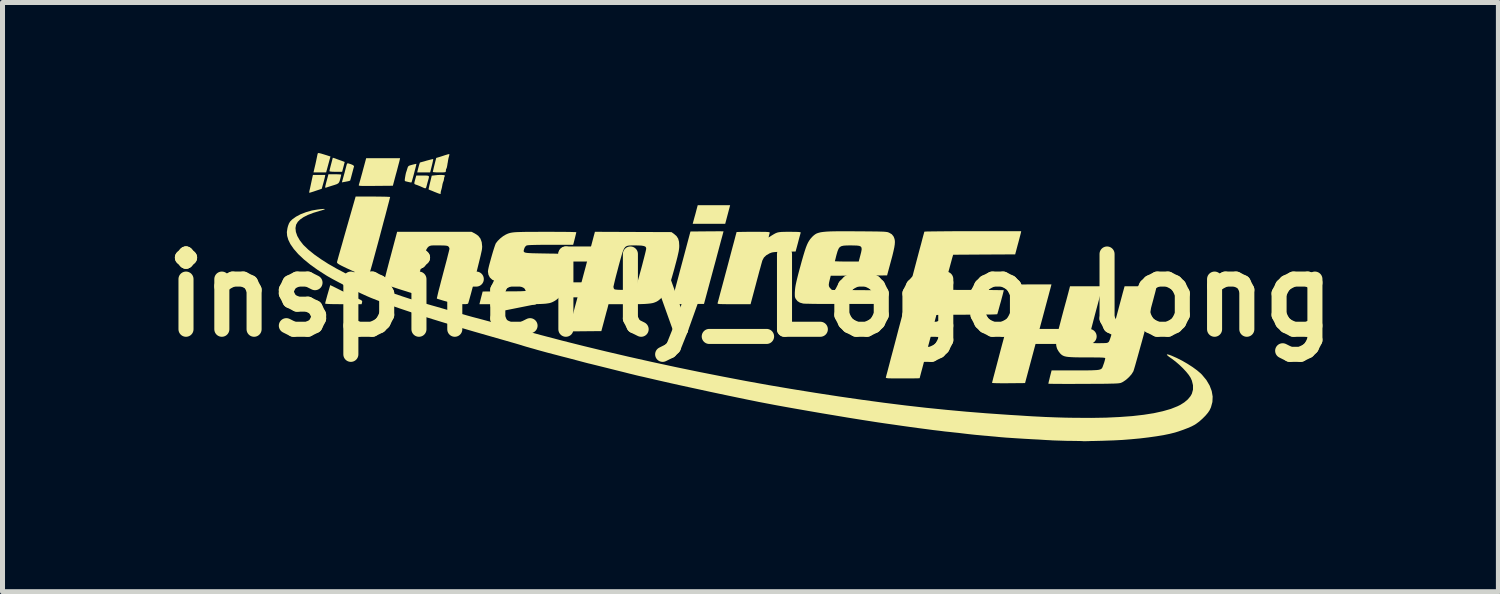
<source format=kicad_pcb>
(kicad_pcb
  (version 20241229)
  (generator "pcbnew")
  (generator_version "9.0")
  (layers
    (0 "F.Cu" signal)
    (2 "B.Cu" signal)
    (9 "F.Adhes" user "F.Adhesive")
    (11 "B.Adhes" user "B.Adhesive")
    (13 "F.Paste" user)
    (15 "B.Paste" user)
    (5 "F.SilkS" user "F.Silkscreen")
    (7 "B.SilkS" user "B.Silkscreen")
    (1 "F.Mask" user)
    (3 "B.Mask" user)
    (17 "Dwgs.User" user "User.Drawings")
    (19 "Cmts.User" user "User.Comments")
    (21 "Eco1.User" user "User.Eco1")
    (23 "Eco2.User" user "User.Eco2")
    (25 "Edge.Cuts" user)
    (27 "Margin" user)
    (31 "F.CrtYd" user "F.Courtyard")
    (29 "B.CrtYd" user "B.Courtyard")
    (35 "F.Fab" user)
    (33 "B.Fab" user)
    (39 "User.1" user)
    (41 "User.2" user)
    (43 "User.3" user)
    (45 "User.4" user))
  (footprint "inspireFly_Logo_long"
    (layer "F.Cu")
    (at 11.907 2.834)
    (property "Reference" "inspireFly_Logo_long" (at 0 0 0) (layer "F.SilkS") (effects (font (size 1.5 1.5) (thickness 0.3))))
    (attr board_only exclude_from_pos_files exclude_from_bom)
    (fp_poly (pts (xy -0.454 -1.609) (xy -0.503 -1.424) (xy -0.827 -1.424) (xy -1.151 -1.424) (xy -1.115 -1.557) (xy -1.098 -1.617) (xy -1.083 -1.674) (xy -1.071 -1.72) (xy -1.065 -1.742) (xy -1.051 -1.794) (xy -0.728 -1.794) (xy -0.405 -1.794)) (stroke (width 0) (type solid)) (fill yes) (layer "F.SilkS"))
    (fp_poly (pts (xy -8.237 -2.711) (xy -8.19 -2.694) (xy -8.147 -2.679) (xy -8.119 -2.668) (xy -8.119 -2.668) (xy -8.087 -2.656) (xy -8.112 -2.558) (xy -8.138 -2.46) (xy -8.264 -2.46) (xy -8.33 -2.461) (xy -8.372 -2.465) (xy -8.39 -2.471) (xy -8.391 -2.473) (xy -8.388 -2.49) (xy -8.38 -2.525) (xy -8.368 -2.573) (xy -8.357 -2.614) (xy -8.324 -2.741)) (stroke (width 0) (type solid)) (fill yes) (layer "F.SilkS"))
    (fp_poly (pts (xy -8.592 -2.832) (xy -8.585 -2.83) (xy -8.553 -2.822) (xy -8.507 -2.808) (xy -8.458 -2.793) (xy -8.371 -2.765) (xy -8.414 -2.606) (xy -8.457 -2.448) (xy -8.583 -2.448) (xy -8.709 -2.448) (xy -8.698 -2.494) (xy -8.685 -2.55) (xy -8.67 -2.613) (xy -8.656 -2.677) (xy -8.644 -2.735) (xy -8.635 -2.779) (xy -8.632 -2.794) (xy -8.625 -2.824) (xy -8.615 -2.834)) (stroke (width 0) (type solid)) (fill yes) (layer "F.SilkS"))
    (fp_poly (pts (xy -8.482 -2.355) (xy -8.49 -2.322) (xy -8.502 -2.275) (xy -8.516 -2.223) (xy -8.518 -2.217) (xy -8.545 -2.121) (xy -8.662 -2.082) (xy -8.712 -2.065) (xy -8.754 -2.052) (xy -8.782 -2.043) (xy -8.79 -2.041) (xy -8.794 -2.051) (xy -8.791 -2.075) (xy -8.784 -2.105) (xy -8.774 -2.149) (xy -8.767 -2.182) (xy -8.755 -2.238) (xy -8.742 -2.299) (xy -8.736 -2.327) (xy -8.72 -2.398) (xy -8.597 -2.398) (xy -8.474 -2.398)) (stroke (width 0) (type solid)) (fill yes) (layer "F.SilkS"))
    (fp_poly (pts (xy -6.324 -2.701) (xy -6.33 -2.669) (xy -6.34 -2.624) (xy -6.351 -2.579) (xy -6.384 -2.448) (xy -6.513 -2.448) (xy -6.642 -2.448) (xy -6.634 -2.481) (xy -6.625 -2.518) (xy -6.614 -2.559) (xy -6.603 -2.599) (xy -6.593 -2.629) (xy -6.587 -2.644) (xy -6.587 -2.645) (xy -6.575 -2.648) (xy -6.544 -2.657) (xy -6.499 -2.669) (xy -6.456 -2.682) (xy -6.403 -2.696) (xy -6.36 -2.707) (xy -6.332 -2.713) (xy -6.323 -2.714)) (stroke (width 0) (type solid)) (fill yes) (layer "F.SilkS"))
    (fp_poly (pts (xy -6.473 -2.386) (xy -6.435 -2.383) (xy -6.414 -2.376) (xy -6.407 -2.36) (xy -6.412 -2.333) (xy -6.423 -2.293) (xy -6.437 -2.244) (xy -6.45 -2.194) (xy -6.454 -2.179) (xy -6.464 -2.145) (xy -6.475 -2.131) (xy -6.494 -2.133) (xy -6.516 -2.142) (xy -6.586 -2.173) (xy -6.641 -2.195) (xy -6.674 -2.206) (xy -6.69 -2.213) (xy -6.698 -2.222) (xy -6.699 -2.24) (xy -6.692 -2.271) (xy -6.681 -2.312) (xy -6.66 -2.386) (xy -6.533 -2.386)) (stroke (width 0) (type solid)) (fill yes) (layer "F.SilkS"))
    (fp_poly (pts (xy -8.231 -2.41) (xy -8.189 -2.408) (xy -8.163 -2.406) (xy -8.156 -2.404) (xy -8.159 -2.389) (xy -8.166 -2.358) (xy -8.176 -2.317) (xy -8.187 -2.278) (xy -8.199 -2.25) (xy -8.216 -2.23) (xy -8.244 -2.214) (xy -8.287 -2.199) (xy -8.339 -2.183) (xy -8.387 -2.168) (xy -8.427 -2.155) (xy -8.453 -2.146) (xy -8.455 -2.145) (xy -8.474 -2.144) (xy -8.477 -2.151) (xy -8.474 -2.169) (xy -8.466 -2.204) (xy -8.454 -2.252) (xy -8.444 -2.288) (xy -8.411 -2.411) (xy -8.284 -2.411)) (stroke (width 0) (type solid)) (fill yes) (layer "F.SilkS"))
    (fp_poly (pts (xy -8.17 -0.1) (xy -8.096 -0.063) (xy -8.021 -0.026) (xy -7.951 0.007) (xy -7.892 0.035) (xy -7.86 0.05) (xy -7.805 0.075) (xy -7.769 0.093) (xy -7.748 0.106) (xy -7.739 0.119) (xy -7.739 0.132) (xy -7.742 0.147) (xy -7.75 0.179) (xy -8.113 0.179) (xy -8.233 0.178) (xy -8.329 0.177) (xy -8.401 0.175) (xy -8.449 0.172) (xy -8.473 0.168) (xy -8.477 0.166) (xy -8.474 0.15) (xy -8.465 0.115) (xy -8.451 0.065) (xy -8.435 0.005) (xy -8.426 -0.025) (xy -8.375 -0.202)) (stroke (width 0) (type solid)) (fill yes) (layer "F.SilkS"))
    (fp_poly (pts (xy -6.991 -2.696) (xy -6.996 -2.674) (xy -7.007 -2.632) (xy -7.022 -2.575) (xy -7.04 -2.506) (xy -7.06 -2.431) (xy -7.063 -2.422) (xy -7.127 -2.182) (xy -7.471 -2.179) (xy -7.572 -2.178) (xy -7.651 -2.178) (xy -7.711 -2.178) (xy -7.753 -2.179) (xy -7.782 -2.181) (xy -7.798 -2.184) (xy -7.806 -2.189) (xy -7.807 -2.194) (xy -7.806 -2.196) (xy -7.801 -2.213) (xy -7.79 -2.251) (xy -7.775 -2.304) (xy -7.757 -2.37) (xy -7.736 -2.445) (xy -7.729 -2.473) (xy -7.659 -2.731) (xy -7.321 -2.731) (xy -6.983 -2.731)) (stroke (width 0) (type solid)) (fill yes) (layer "F.SilkS"))
    (fp_poly (pts (xy -8.01 -2.626) (xy -7.962 -2.611) (xy -7.925 -2.595) (xy -7.904 -2.578) (xy -7.901 -2.568) (xy -7.906 -2.55) (xy -7.916 -2.514) (xy -7.929 -2.465) (xy -7.94 -2.423) (xy -7.954 -2.37) (xy -7.966 -2.326) (xy -7.975 -2.296) (xy -7.978 -2.286) (xy -7.993 -2.279) (xy -8.022 -2.271) (xy -8.03 -2.27) (xy -8.071 -2.262) (xy -8.107 -2.256) (xy -8.109 -2.255) (xy -8.143 -2.249) (xy -8.106 -2.382) (xy -8.089 -2.443) (xy -8.074 -2.502) (xy -8.061 -2.551) (xy -8.055 -2.575) (xy -8.045 -2.61) (xy -8.036 -2.626) (xy -8.022 -2.629)) (stroke (width 0) (type solid)) (fill yes) (layer "F.SilkS"))
    (fp_poly (pts (xy -0.582 -1.274) (xy -0.549 -1.274) (xy -0.537 -1.273) (xy -0.537 -1.273) (xy -0.54 -1.261) (xy -0.549 -1.227) (xy -0.563 -1.174) (xy -0.583 -1.102) (xy -0.606 -1.016) (xy -0.633 -0.915) (xy -0.663 -0.803) (xy -0.695 -0.682) (xy -0.73 -0.554) (xy -0.731 -0.549) (xy -0.926 0.173) (xy -1.254 0.176) (xy -1.582 0.179) (xy -1.54 0.022) (xy -1.528 -0.023) (xy -1.511 -0.088) (xy -1.489 -0.171) (xy -1.463 -0.268) (xy -1.434 -0.376) (xy -1.404 -0.491) (xy -1.372 -0.61) (xy -1.347 -0.703) (xy -1.196 -1.27) (xy -0.866 -1.273) (xy -0.779 -1.274) (xy -0.7 -1.274) (xy -0.634 -1.275)) (stroke (width 0) (type solid)) (fill yes) (layer "F.SilkS"))
    (fp_poly (pts (xy -6.658 -2.618) (xy -6.66 -2.606) (xy -6.667 -2.575) (xy -6.678 -2.53) (xy -6.692 -2.477) (xy -6.707 -2.419) (xy -6.722 -2.363) (xy -6.736 -2.313) (xy -6.747 -2.274) (xy -6.754 -2.251) (xy -6.754 -2.25) (xy -6.767 -2.247) (xy -6.793 -2.252) (xy -6.794 -2.252) (xy -6.833 -2.261) (xy -6.863 -2.268) (xy -6.881 -2.273) (xy -6.889 -2.282) (xy -6.89 -2.302) (xy -6.885 -2.339) (xy -6.884 -2.346) (xy -6.876 -2.391) (xy -6.868 -2.43) (xy -6.863 -2.448) (xy -6.852 -2.48) (xy -6.84 -2.52) (xy -6.837 -2.529) (xy -6.828 -2.556) (xy -6.816 -2.573) (xy -6.794 -2.585) (xy -6.757 -2.596) (xy -6.742 -2.6) (xy -6.701 -2.61) (xy -6.671 -2.617) (xy -6.658 -2.618)) (stroke (width 0) (type solid)) (fill yes) (layer "F.SilkS"))
    (fp_poly (pts (xy -6.002 -2.812) (xy -6.001 -2.798) (xy -6.008 -2.771) (xy -6.009 -2.766) (xy -6.018 -2.733) (xy -6.027 -2.686) (xy -6.035 -2.634) (xy -6.036 -2.634) (xy -6.043 -2.588) (xy -6.05 -2.551) (xy -6.057 -2.53) (xy -6.057 -2.529) (xy -6.066 -2.513) (xy -6.07 -2.492) (xy -6.071 -2.472) (xy -6.073 -2.461) (xy -6.082 -2.454) (xy -6.101 -2.45) (xy -6.134 -2.448) (xy -6.187 -2.448) (xy -6.202 -2.448) (xy -6.255 -2.448) (xy -6.298 -2.451) (xy -6.324 -2.454) (xy -6.331 -2.457) (xy -6.328 -2.472) (xy -6.32 -2.505) (xy -6.309 -2.553) (xy -6.297 -2.601) (xy -6.263 -2.736) (xy -6.189 -2.758) (xy -6.139 -2.774) (xy -6.088 -2.791) (xy -6.061 -2.799) (xy -6.028 -2.809) (xy -6.006 -2.813)) (stroke (width 0) (type solid)) (fill yes) (layer "F.SilkS"))
    (fp_poly (pts (xy -6.13 -2.396) (xy -6.1 -2.392) (xy -6.092 -2.387) (xy -6.092 -2.371) (xy -6.094 -2.369) (xy -6.102 -2.354) (xy -6.107 -2.325) (xy -6.107 -2.324) (xy -6.113 -2.288) (xy -6.123 -2.261) (xy -6.132 -2.235) (xy -6.141 -2.197) (xy -6.142 -2.186) (xy -6.151 -2.14) (xy -6.163 -2.096) (xy -6.165 -2.09) (xy -6.173 -2.058) (xy -6.175 -2.034) (xy -6.175 -2.031) (xy -6.173 -2.022) (xy -6.178 -2.018) (xy -6.194 -2.021) (xy -6.225 -2.031) (xy -6.273 -2.05) (xy -6.301 -2.061) (xy -6.348 -2.081) (xy -6.387 -2.096) (xy -6.41 -2.106) (xy -6.415 -2.109) (xy -6.414 -2.121) (xy -6.407 -2.152) (xy -6.397 -2.198) (xy -6.385 -2.247) (xy -6.352 -2.383) (xy -6.289 -2.39) (xy -6.23 -2.396) (xy -6.175 -2.398)) (stroke (width 0) (type solid)) (fill yes) (layer "F.SilkS"))
    (fp_poly (pts (xy 5.992 -0.188) (xy 5.988 -0.172) (xy 5.978 -0.134) (xy 5.962 -0.076) (xy 5.942 0.000441) (xy 5.917 0.093) (xy 5.888 0.201) (xy 5.856 0.321) (xy 5.821 0.452) (xy 5.783 0.592) (xy 5.744 0.739) (xy 5.729 0.795) (xy 5.473 1.751) (xy 5.144 1.754) (xy 5.05 1.755) (xy 4.969 1.754) (xy 4.902 1.753) (xy 4.852 1.751) (xy 4.823 1.749) (xy 4.815 1.746) (xy 4.818 1.733) (xy 4.827 1.698) (xy 4.841 1.642) (xy 4.861 1.568) (xy 4.885 1.477) (xy 4.913 1.371) (xy 4.944 1.253) (xy 4.978 1.123) (xy 5.015 0.984) (xy 5.055 0.837) (xy 5.074 0.764) (xy 5.114 0.615) (xy 5.152 0.472) (xy 5.188 0.337) (xy 5.221 0.214) (xy 5.25 0.102) (xy 5.276 0.005) (xy 5.298 -0.076) (xy 5.314 -0.14) (xy 5.326 -0.185) (xy 5.332 -0.208) (xy 5.333 -0.211) (xy 5.345 -0.212) (xy 5.378 -0.213) (xy 5.429 -0.214) (xy 5.496 -0.215) (xy 5.575 -0.216) (xy 5.662 -0.216) (xy 5.666 -0.216) (xy 5.999 -0.216)) (stroke (width 0) (type solid)) (fill yes) (layer "F.SilkS"))
    (fp_poly (pts (xy -7.437 -1.966) (xy -7.356 -1.965) (xy -7.287 -1.964) (xy -7.233 -1.962) (xy -7.197 -1.96) (xy -7.182 -1.958) (xy -7.182 -1.957) (xy -7.185 -1.944) (xy -7.194 -1.909) (xy -7.208 -1.854) (xy -7.227 -1.782) (xy -7.25 -1.693) (xy -7.277 -1.59) (xy -7.308 -1.476) (xy -7.341 -1.351) (xy -7.376 -1.219) (xy -7.394 -1.15) (xy -7.439 -0.984) (xy -7.478 -0.841) (xy -7.511 -0.719) (xy -7.539 -0.617) (xy -7.563 -0.533) (xy -7.582 -0.468) (xy -7.598 -0.418) (xy -7.61 -0.383) (xy -7.619 -0.362) (xy -7.625 -0.353) (xy -7.626 -0.352) (xy -7.643 -0.357) (xy -7.678 -0.371) (xy -7.728 -0.393) (xy -7.789 -0.419) (xy -7.857 -0.45) (xy -7.867 -0.455) (xy -7.969 -0.502) (xy -8.052 -0.54) (xy -8.116 -0.571) (xy -8.164 -0.595) (xy -8.198 -0.614) (xy -8.221 -0.629) (xy -8.234 -0.641) (xy -8.24 -0.651) (xy -8.24 -0.661) (xy -8.24 -0.664) (xy -8.235 -0.68) (xy -8.225 -0.718) (xy -8.209 -0.776) (xy -8.188 -0.85) (xy -8.163 -0.938) (xy -8.134 -1.039) (xy -8.103 -1.15) (xy -8.069 -1.269) (xy -8.052 -1.329) (xy -7.869 -1.967) (xy -7.526 -1.967)) (stroke (width 0) (type solid)) (fill yes) (layer "F.SilkS"))
    (fp_poly (pts (xy 0.867 -1.263) (xy 0.928 -1.262) (xy 0.968 -1.26) (xy 0.992 -1.256) (xy 1.002 -1.251) (xy 1.002 -1.248) (xy 0.997 -1.232) (xy 0.987 -1.195) (xy 0.973 -1.145) (xy 0.957 -1.084) (xy 0.949 -1.052) (xy 0.9 -0.871) (xy 0.672 -0.867) (xy 0.59 -0.865) (xy 0.528 -0.863) (xy 0.482 -0.86) (xy 0.448 -0.856) (xy 0.421 -0.85) (xy 0.398 -0.841) (xy 0.382 -0.835) (xy 0.315 -0.796) (xy 0.268 -0.751) (xy 0.238 -0.694) (xy 0.235 -0.685) (xy 0.228 -0.66) (xy 0.215 -0.614) (xy 0.198 -0.551) (xy 0.176 -0.474) (xy 0.153 -0.386) (xy 0.127 -0.29) (xy 0.11 -0.225) (xy 0.002 0.179) (xy -0.33 0.179) (xy -0.429 0.179) (xy -0.506 0.178) (xy -0.563 0.177) (xy -0.605 0.176) (xy -0.632 0.174) (xy -0.647 0.17) (xy -0.654 0.166) (xy -0.656 0.16) (xy -0.655 0.157) (xy -0.65 0.139) (xy -0.639 0.1) (xy -0.624 0.043) (xy -0.605 -0.029) (xy -0.582 -0.114) (xy -0.556 -0.21) (xy -0.528 -0.314) (xy -0.499 -0.423) (xy -0.469 -0.535) (xy -0.439 -0.648) (xy -0.41 -0.758) (xy -0.382 -0.864) (xy -0.356 -0.962) (xy -0.332 -1.05) (xy -0.312 -1.126) (xy -0.296 -1.188) (xy -0.284 -1.231) (xy -0.278 -1.255) (xy -0.277 -1.259) (xy -0.266 -1.26) (xy -0.232 -1.261) (xy -0.181 -1.262) (xy -0.114 -1.263) (xy -0.035 -1.264) (xy 0.052 -1.264) (xy 0.056 -1.264) (xy 0.156 -1.264) (xy 0.233 -1.263) (xy 0.291 -1.263) (xy 0.333 -1.261) (xy 0.36 -1.259) (xy 0.376 -1.255) (xy 0.383 -1.251) (xy 0.384 -1.245) (xy 0.384 -1.242) (xy 0.376 -1.214) (xy 0.369 -1.186) (xy 0.361 -1.151) (xy 0.427 -1.193) (xy 0.467 -1.217) (xy 0.5 -1.235) (xy 0.532 -1.248) (xy 0.567 -1.256) (xy 0.61 -1.261) (xy 0.666 -1.263) (xy 0.739 -1.264) (xy 0.785 -1.264)) (stroke (width 0) (type solid)) (fill yes) (layer "F.SilkS"))
    (fp_poly (pts (xy -5.492 -1.23) (xy -5.427 -1.186) (xy -5.382 -1.129) (xy -5.356 -1.057) (xy -5.347 -0.97) (xy -5.35 -0.925) (xy -5.354 -0.899) (xy -5.364 -0.853) (xy -5.378 -0.79) (xy -5.397 -0.712) (xy -5.419 -0.623) (xy -5.443 -0.526) (xy -5.468 -0.424) (xy -5.495 -0.32) (xy -5.521 -0.218) (xy -5.547 -0.12) (xy -5.571 -0.03) (xy -5.593 0.049) (xy -5.611 0.114) (xy -5.624 0.157) (xy -5.63 0.167) (xy -5.644 0.174) (xy -5.67 0.177) (xy -5.714 0.178) (xy -5.75 0.178) (xy -5.802 0.177) (xy -5.85 0.172) (xy -5.9 0.164) (xy -5.958 0.151) (xy -6.032 0.132) (xy -6.056 0.126) (xy -6.121 0.108) (xy -6.176 0.091) (xy -6.219 0.078) (xy -6.245 0.069) (xy -6.25 0.067) (xy -6.249 0.054) (xy -6.241 0.02) (xy -6.229 -0.033) (xy -6.212 -0.103) (xy -6.19 -0.185) (xy -6.166 -0.279) (xy -6.139 -0.381) (xy -6.128 -0.423) (xy -6.1 -0.529) (xy -6.074 -0.627) (xy -6.05 -0.717) (xy -6.031 -0.794) (xy -6.015 -0.856) (xy -6.004 -0.901) (xy -5.999 -0.925) (xy -5.999 -0.929) (xy -6.007 -0.955) (xy -6.021 -0.972) (xy -6.034 -0.981) (xy -6.055 -0.986) (xy -6.086 -0.99) (xy -6.134 -0.992) (xy -6.201 -0.993) (xy -6.218 -0.993) (xy -6.274 -0.993) (xy -6.319 -0.993) (xy -6.357 -0.991) (xy -6.388 -0.984) (xy -6.414 -0.97) (xy -6.436 -0.948) (xy -6.457 -0.915) (xy -6.476 -0.87) (xy -6.496 -0.809) (xy -6.518 -0.732) (xy -6.544 -0.636) (xy -6.575 -0.518) (xy -6.585 -0.481) (xy -6.612 -0.381) (xy -6.637 -0.288) (xy -6.66 -0.206) (xy -6.678 -0.137) (xy -6.693 -0.083) (xy -6.703 -0.048) (xy -6.707 -0.034) (xy -6.707 -0.034) (xy -6.72 -0.036) (xy -6.752 -0.044) (xy -6.8 -0.058) (xy -6.859 -0.077) (xy -6.927 -0.098) (xy -7 -0.121) (xy -7.073 -0.145) (xy -7.142 -0.168) (xy -7.204 -0.19) (xy -7.256 -0.208) (xy -7.293 -0.221) (xy -7.311 -0.23) (xy -7.312 -0.23) (xy -7.31 -0.243) (xy -7.302 -0.277) (xy -7.289 -0.329) (xy -7.271 -0.398) (xy -7.25 -0.481) (xy -7.225 -0.576) (xy -7.198 -0.68) (xy -7.179 -0.749) (xy -7.042 -1.264) (xy -6.301 -1.264) (xy -5.559 -1.264)) (stroke (width 0) (type solid)) (fill yes) (layer "F.SilkS"))
    (fp_poly (pts (xy 1.936 -1.275) (xy 2.091 -1.274) (xy 2.122 -1.274) (xy 2.258 -1.273) (xy 2.372 -1.272) (xy 2.465 -1.271) (xy 2.541 -1.27) (xy 2.601 -1.268) (xy 2.648 -1.267) (xy 2.684 -1.264) (xy 2.711 -1.261) (xy 2.731 -1.258) (xy 2.747 -1.253) (xy 2.761 -1.247) (xy 2.77 -1.243) (xy 2.817 -1.215) (xy 2.847 -1.178) (xy 2.854 -1.167) (xy 2.867 -1.135) (xy 2.876 -1.101) (xy 2.879 -1.061) (xy 2.876 -1.013) (xy 2.867 -0.954) (xy 2.851 -0.88) (xy 2.829 -0.788) (xy 2.801 -0.684) (xy 2.723 -0.395) (xy 2.161 -0.391) (xy 1.6 -0.388) (xy 1.58 -0.309) (xy 1.566 -0.249) (xy 1.561 -0.207) (xy 1.565 -0.177) (xy 1.579 -0.152) (xy 1.592 -0.137) (xy 1.624 -0.105) (xy 2.102 -0.102) (xy 2.579 -0.099) (xy 2.541 0.037) (xy 2.503 0.173) (xy 1.806 0.174) (xy 1.676 0.174) (xy 1.551 0.174) (xy 1.434 0.174) (xy 1.329 0.173) (xy 1.236 0.172) (xy 1.159 0.17) (xy 1.101 0.169) (xy 1.063 0.167) (xy 1.05 0.166) (xy 0.986 0.148) (xy 0.937 0.117) (xy 0.905 0.076) (xy 0.893 0.055) (xy 0.886 0.031) (xy 0.884 -0.002) (xy 0.884 -0.049) (xy 0.886 -0.08) (xy 0.889 -0.119) (xy 0.894 -0.16) (xy 0.902 -0.207) (xy 0.914 -0.263) (xy 0.93 -0.331) (xy 0.951 -0.415) (xy 0.978 -0.517) (xy 0.992 -0.567) (xy 1.022 -0.678) (xy 1.683 -0.678) (xy 1.695 -0.676) (xy 1.727 -0.675) (xy 1.777 -0.673) (xy 1.84 -0.672) (xy 1.913 -0.672) (xy 1.921 -0.672) (xy 2.158 -0.672) (xy 2.188 -0.786) (xy 2.206 -0.856) (xy 2.216 -0.909) (xy 2.214 -0.946) (xy 2.199 -0.97) (xy 2.168 -0.984) (xy 2.119 -0.99) (xy 2.049 -0.992) (xy 2 -0.993) (xy 1.918 -0.992) (xy 1.857 -0.988) (xy 1.813 -0.978) (xy 1.78 -0.959) (xy 1.757 -0.928) (xy 1.737 -0.881) (xy 1.718 -0.817) (xy 1.708 -0.78) (xy 1.697 -0.734) (xy 1.688 -0.699) (xy 1.683 -0.68) (xy 1.683 -0.678) (xy 1.022 -0.678) (xy 1.026 -0.692) (xy 1.056 -0.796) (xy 1.082 -0.881) (xy 1.105 -0.95) (xy 1.127 -1.006) (xy 1.149 -1.052) (xy 1.171 -1.089) (xy 1.194 -1.122) (xy 1.216 -1.147) (xy 1.241 -1.174) (xy 1.266 -1.196) (xy 1.293 -1.216) (xy 1.322 -1.232) (xy 1.358 -1.244) (xy 1.401 -1.255) (xy 1.453 -1.262) (xy 1.518 -1.268) (xy 1.596 -1.272) (xy 1.691 -1.274) (xy 1.803 -1.275)) (stroke (width 0) (type solid)) (fill yes) (layer "F.SilkS"))
    (fp_poly (pts (xy -2.337 -1.261) (xy -1.574 -1.258) (xy -1.522 -1.221) (xy -1.473 -1.178) (xy -1.441 -1.128) (xy -1.424 -1.067) (xy -1.419 -0.988) (xy -1.419 -0.986) (xy -1.42 -0.953) (xy -1.424 -0.917) (xy -1.43 -0.876) (xy -1.441 -0.826) (xy -1.455 -0.764) (xy -1.475 -0.686) (xy -1.501 -0.589) (xy -1.514 -0.539) (xy -1.54 -0.446) (xy -1.565 -0.358) (xy -1.589 -0.278) (xy -1.61 -0.21) (xy -1.627 -0.158) (xy -1.639 -0.126) (xy -1.641 -0.123) (xy -1.675 -0.065) (xy -1.722 -0.004) (xy -1.775 0.054) (xy -1.828 0.1) (xy -1.846 0.113) (xy -1.876 0.13) (xy -1.907 0.143) (xy -1.943 0.155) (xy -1.987 0.163) (xy -2.041 0.169) (xy -2.108 0.174) (xy -2.191 0.177) (xy -2.293 0.178) (xy -2.416 0.179) (xy -2.438 0.179) (xy -2.829 0.179) (xy -2.838 0.213) (xy -2.843 0.235) (xy -2.854 0.277) (xy -2.87 0.333) (xy -2.888 0.401) (xy -2.908 0.475) (xy -2.909 0.481) (xy -2.972 0.715) (xy -3.301 0.718) (xy -3.403 0.719) (xy -3.483 0.719) (xy -3.542 0.719) (xy -3.584 0.717) (xy -3.61 0.714) (xy -3.623 0.71) (xy -3.625 0.706) (xy -3.621 0.693) (xy -3.612 0.658) (xy -3.597 0.603) (xy -3.578 0.531) (xy -3.554 0.443) (xy -3.528 0.343) (xy -3.498 0.231) (xy -3.465 0.11) (xy -3.431 -0.018) (xy -3.396 -0.15) (xy -3.392 -0.164) (xy -2.731 -0.164) (xy -2.723 -0.134) (xy -2.71 -0.118) (xy -2.688 -0.113) (xy -2.648 -0.109) (xy -2.595 -0.107) (xy -2.534 -0.106) (xy -2.472 -0.106) (xy -2.414 -0.107) (xy -2.365 -0.11) (xy -2.333 -0.115) (xy -2.324 -0.118) (xy -2.301 -0.138) (xy -2.283 -0.164) (xy -2.275 -0.184) (xy -2.262 -0.225) (xy -2.246 -0.281) (xy -2.226 -0.351) (xy -2.205 -0.429) (xy -2.182 -0.512) (xy -2.159 -0.597) (xy -2.138 -0.679) (xy -2.118 -0.756) (xy -2.101 -0.823) (xy -2.088 -0.877) (xy -2.08 -0.914) (xy -2.078 -0.929) (xy -2.082 -0.952) (xy -2.097 -0.97) (xy -2.126 -0.981) (xy -2.171 -0.989) (xy -2.236 -0.992) (xy -2.296 -0.993) (xy -2.353 -0.993) (xy -2.4 -0.992) (xy -2.438 -0.988) (xy -2.468 -0.979) (xy -2.494 -0.962) (xy -2.515 -0.935) (xy -2.535 -0.896) (xy -2.554 -0.843) (xy -2.575 -0.772) (xy -2.6 -0.683) (xy -2.63 -0.573) (xy -2.633 -0.561) (xy -2.657 -0.469) (xy -2.68 -0.383) (xy -2.699 -0.307) (xy -2.714 -0.244) (xy -2.725 -0.196) (xy -2.731 -0.169) (xy -2.731 -0.164) (xy -3.392 -0.164) (xy -3.36 -0.285) (xy -3.324 -0.42) (xy -3.288 -0.554) (xy -3.254 -0.684) (xy -3.221 -0.809) (xy -3.19 -0.925) (xy -3.162 -1.031) (xy -3.137 -1.125) (xy -3.116 -1.205) (xy -3.112 -1.218) (xy -3.1 -1.264)) (stroke (width 0) (type solid)) (fill yes) (layer "F.SilkS"))
    (fp_poly (pts (xy -3.97 -1.264) (xy -3.856 -1.263) (xy -3.753 -1.263) (xy -3.663 -1.262) (xy -3.587 -1.261) (xy -3.528 -1.259) (xy -3.489 -1.258) (xy -3.472 -1.257) (xy -3.471 -1.256) (xy -3.474 -1.24) (xy -3.483 -1.203) (xy -3.496 -1.149) (xy -3.514 -1.079) (xy -3.521 -1.051) (xy -3.534 -1.005) (xy -3.983 -1.005) (xy -4.116 -1.005) (xy -4.227 -1.004) (xy -4.315 -1.002) (xy -4.382 -1) (xy -4.428 -0.997) (xy -4.456 -0.993) (xy -4.463 -0.991) (xy -4.493 -0.964) (xy -4.509 -0.928) (xy -4.516 -0.904) (xy -4.52 -0.885) (xy -4.518 -0.87) (xy -4.509 -0.859) (xy -4.49 -0.85) (xy -4.459 -0.844) (xy -4.414 -0.84) (xy -4.351 -0.837) (xy -4.27 -0.835) (xy -4.168 -0.833) (xy -4.105 -0.832) (xy -3.995 -0.83) (xy -3.907 -0.829) (xy -3.838 -0.827) (xy -3.786 -0.825) (xy -3.747 -0.822) (xy -3.718 -0.818) (xy -3.698 -0.814) (xy -3.682 -0.808) (xy -3.669 -0.801) (xy -3.668 -0.801) (xy -3.628 -0.766) (xy -3.595 -0.717) (xy -3.574 -0.661) (xy -3.57 -0.623) (xy -3.573 -0.593) (xy -3.583 -0.544) (xy -3.597 -0.482) (xy -3.615 -0.41) (xy -3.635 -0.335) (xy -3.656 -0.26) (xy -3.676 -0.191) (xy -3.695 -0.133) (xy -3.71 -0.09) (xy -3.72 -0.069) (xy -3.76 -0.012) (xy -3.813 0.044) (xy -3.869 0.092) (xy -3.898 0.111) (xy -3.923 0.125) (xy -3.947 0.137) (xy -3.972 0.147) (xy -4.001 0.156) (xy -4.036 0.162) (xy -4.078 0.168) (xy -4.131 0.172) (xy -4.195 0.175) (xy -4.274 0.177) (xy -4.369 0.178) (xy -4.483 0.178) (xy -4.618 0.179) (xy -4.747 0.179) (xy -5.402 0.179) (xy -5.37 0.052) (xy -5.337 -0.074) (xy -4.849 -0.077) (xy -4.362 -0.08) (xy -4.331 -0.109) (xy -4.309 -0.139) (xy -4.294 -0.178) (xy -4.287 -0.217) (xy -4.291 -0.248) (xy -4.296 -0.257) (xy -4.311 -0.262) (xy -4.345 -0.266) (xy -4.4 -0.269) (xy -4.477 -0.272) (xy -4.576 -0.275) (xy -4.7 -0.277) (xy -4.708 -0.277) (xy -4.817 -0.279) (xy -4.905 -0.281) (xy -4.974 -0.283) (xy -5.026 -0.285) (xy -5.065 -0.287) (xy -5.093 -0.291) (xy -5.114 -0.295) (xy -5.129 -0.3) (xy -5.143 -0.307) (xy -5.15 -0.312) (xy -5.194 -0.353) (xy -5.222 -0.408) (xy -5.232 -0.471) (xy -5.229 -0.501) (xy -5.221 -0.542) (xy -5.208 -0.597) (xy -5.19 -0.663) (xy -5.17 -0.736) (xy -5.149 -0.81) (xy -5.128 -0.881) (xy -5.108 -0.944) (xy -5.091 -0.994) (xy -5.078 -1.028) (xy -5.073 -1.037) (xy -5.037 -1.083) (xy -4.987 -1.132) (xy -4.931 -1.176) (xy -4.887 -1.203) (xy -4.861 -1.216) (xy -4.836 -1.227) (xy -4.81 -1.236) (xy -4.78 -1.244) (xy -4.745 -1.25) (xy -4.702 -1.255) (xy -4.649 -1.258) (xy -4.584 -1.26) (xy -4.504 -1.262) (xy -4.407 -1.263) (xy -4.291 -1.263) (xy -4.153 -1.264) (xy -4.091 -1.264)) (stroke (width 0) (type solid)) (fill yes) (layer "F.SilkS"))
    (fp_poly (pts (xy 5.389 -1.241) (xy 5.383 -1.217) (xy 5.372 -1.175) (xy 5.357 -1.118) (xy 5.34 -1.053) (xy 5.328 -1.01) (xy 5.276 -0.814) (xy 4.658 -0.811) (xy 4.04 -0.807) (xy 4.021 -0.743) (xy 4.01 -0.702) (xy 3.995 -0.647) (xy 3.977 -0.58) (xy 3.957 -0.507) (xy 3.936 -0.431) (xy 3.916 -0.354) (xy 3.897 -0.283) (xy 3.88 -0.219) (xy 3.866 -0.167) (xy 3.857 -0.131) (xy 3.853 -0.114) (xy 3.853 -0.113) (xy 3.865 -0.112) (xy 3.899 -0.11) (xy 3.953 -0.109) (xy 4.025 -0.107) (xy 4.112 -0.106) (xy 4.212 -0.106) (xy 4.322 -0.105) (xy 4.44 -0.105) (xy 4.451 -0.105) (xy 4.57 -0.105) (xy 4.681 -0.104) (xy 4.782 -0.104) (xy 4.87 -0.103) (xy 4.943 -0.102) (xy 4.999 -0.102) (xy 5.035 -0.101) (xy 5.049 -0.1) (xy 5.049 -0.099) (xy 5.046 -0.085) (xy 5.037 -0.051) (xy 5.025 -0.002) (xy 5.009 0.056) (xy 4.992 0.121) (xy 4.973 0.187) (xy 4.956 0.249) (xy 4.941 0.304) (xy 4.929 0.346) (xy 4.921 0.372) (xy 4.919 0.378) (xy 4.905 0.38) (xy 4.87 0.382) (xy 4.814 0.384) (xy 4.741 0.385) (xy 4.653 0.386) (xy 4.551 0.387) (xy 4.44 0.388) (xy 4.32 0.388) (xy 4.309 0.388) (xy 4.189 0.389) (xy 4.078 0.389) (xy 3.976 0.389) (xy 3.888 0.39) (xy 3.814 0.391) (xy 3.757 0.392) (xy 3.72 0.393) (xy 3.705 0.395) (xy 3.705 0.395) (xy 3.702 0.408) (xy 3.693 0.442) (xy 3.679 0.496) (xy 3.66 0.567) (xy 3.638 0.653) (xy 3.612 0.751) (xy 3.583 0.86) (xy 3.552 0.977) (xy 3.539 1.025) (xy 3.507 1.145) (xy 3.477 1.257) (xy 3.45 1.359) (xy 3.426 1.45) (xy 3.405 1.527) (xy 3.389 1.588) (xy 3.378 1.63) (xy 3.373 1.651) (xy 3.372 1.653) (xy 3.36 1.655) (xy 3.327 1.656) (xy 3.275 1.657) (xy 3.209 1.658) (xy 3.13 1.658) (xy 3.042 1.658) (xy 3.032 1.658) (xy 2.932 1.658) (xy 2.854 1.658) (xy 2.795 1.657) (xy 2.752 1.656) (xy 2.724 1.653) (xy 2.707 1.65) (xy 2.7 1.646) (xy 2.698 1.64) (xy 2.699 1.637) (xy 2.703 1.622) (xy 2.712 1.586) (xy 2.728 1.528) (xy 2.748 1.451) (xy 2.773 1.356) (xy 2.802 1.244) (xy 2.836 1.118) (xy 2.873 0.978) (xy 2.913 0.826) (xy 2.955 0.664) (xy 3.001 0.492) (xy 3.048 0.313) (xy 3.083 0.179) (xy 3.131 -0.004) (xy 3.178 -0.181) (xy 3.222 -0.349) (xy 3.264 -0.508) (xy 3.303 -0.656) (xy 3.339 -0.792) (xy 3.371 -0.913) (xy 3.4 -1.019) (xy 3.423 -1.108) (xy 3.442 -1.179) (xy 3.456 -1.23) (xy 3.464 -1.26) (xy 3.467 -1.267) (xy 3.48 -1.268) (xy 3.515 -1.27) (xy 3.572 -1.271) (xy 3.648 -1.272) (xy 3.74 -1.273) (xy 3.848 -1.274) (xy 3.97 -1.275) (xy 4.102 -1.276) (xy 4.245 -1.276) (xy 4.395 -1.276) (xy 4.434 -1.276) (xy 5.396 -1.276)) (stroke (width 0) (type solid)) (fill yes) (layer "F.SilkS"))
    (fp_poly (pts (xy 6.878 0.342) (xy 6.849 0.452) (xy 6.822 0.556) (xy 6.797 0.651) (xy 6.776 0.733) (xy 6.759 0.802) (xy 6.747 0.853) (xy 6.74 0.886) (xy 6.739 0.895) (xy 6.74 0.917) (xy 6.748 0.933) (xy 6.765 0.944) (xy 6.795 0.951) (xy 6.842 0.954) (xy 6.908 0.956) (xy 6.942 0.956) (xy 7.011 0.955) (xy 7.06 0.954) (xy 7.093 0.952) (xy 7.115 0.947) (xy 7.129 0.94) (xy 7.141 0.929) (xy 7.142 0.928) (xy 7.151 0.912) (xy 7.164 0.879) (xy 7.181 0.829) (xy 7.202 0.759) (xy 7.227 0.67) (xy 7.258 0.559) (xy 7.294 0.426) (xy 7.299 0.407) (xy 7.328 0.299) (xy 7.355 0.197) (xy 7.38 0.104) (xy 7.402 0.022) (xy 7.42 -0.046) (xy 7.434 -0.096) (xy 7.442 -0.127) (xy 7.444 -0.133) (xy 7.457 -0.179) (xy 7.776 -0.179) (xy 7.862 -0.179) (xy 7.939 -0.178) (xy 8.004 -0.177) (xy 8.054 -0.175) (xy 8.085 -0.174) (xy 8.095 -0.172) (xy 8.091 -0.156) (xy 8.082 -0.118) (xy 8.068 -0.061) (xy 8.048 0.013) (xy 8.025 0.101) (xy 7.998 0.2) (xy 7.969 0.31) (xy 7.937 0.426) (xy 7.904 0.547) (xy 7.87 0.671) (xy 7.836 0.795) (xy 7.803 0.916) (xy 7.77 1.033) (xy 7.74 1.142) (xy 7.712 1.242) (xy 7.687 1.331) (xy 7.666 1.405) (xy 7.649 1.462) (xy 7.637 1.501) (xy 7.631 1.518) (xy 7.596 1.574) (xy 7.545 1.632) (xy 7.486 1.685) (xy 7.426 1.726) (xy 7.407 1.736) (xy 7.394 1.742) (xy 7.381 1.747) (xy 7.366 1.751) (xy 7.346 1.754) (xy 7.319 1.757) (xy 7.284 1.759) (xy 7.239 1.761) (xy 7.181 1.762) (xy 7.109 1.764) (xy 7.019 1.765) (xy 6.912 1.765) (xy 6.783 1.766) (xy 6.643 1.767) (xy 6.513 1.767) (xy 6.392 1.768) (xy 6.28 1.768) (xy 6.18 1.767) (xy 6.094 1.767) (xy 6.025 1.766) (xy 5.974 1.765) (xy 5.944 1.764) (xy 5.937 1.763) (xy 5.94 1.749) (xy 5.947 1.716) (xy 5.959 1.67) (xy 5.969 1.627) (xy 6.002 1.498) (xy 6.469 1.498) (xy 6.597 1.498) (xy 6.702 1.498) (xy 6.787 1.497) (xy 6.854 1.494) (xy 6.906 1.491) (xy 6.945 1.486) (xy 6.973 1.478) (xy 6.992 1.468) (xy 7.005 1.455) (xy 7.015 1.438) (xy 7.023 1.418) (xy 7.026 1.409) (xy 7.051 1.338) (xy 7.065 1.288) (xy 7.071 1.259) (xy 7.071 1.256) (xy 7.067 1.251) (xy 7.054 1.247) (xy 7.029 1.244) (xy 6.99 1.242) (xy 6.934 1.24) (xy 6.86 1.24) (xy 6.764 1.239) (xy 6.704 1.239) (xy 6.584 1.239) (xy 6.486 1.238) (xy 6.407 1.235) (xy 6.345 1.231) (xy 6.296 1.225) (xy 6.258 1.216) (xy 6.228 1.204) (xy 6.204 1.189) (xy 6.182 1.17) (xy 6.168 1.154) (xy 6.139 1.116) (xy 6.115 1.074) (xy 6.109 1.059) (xy 6.1 1.029) (xy 6.094 0.998) (xy 6.092 0.963) (xy 6.094 0.923) (xy 6.1 0.875) (xy 6.11 0.816) (xy 6.126 0.744) (xy 6.147 0.656) (xy 6.175 0.55) (xy 6.208 0.423) (xy 6.219 0.382) (xy 6.247 0.277) (xy 6.274 0.178) (xy 6.299 0.087) (xy 6.32 0.008) (xy 6.337 -0.056) (xy 6.349 -0.103) (xy 6.357 -0.13) (xy 6.357 -0.133) (xy 6.369 -0.179) (xy 6.694 -0.179) (xy 7.018 -0.179)) (stroke (width 0) (type solid)) (fill yes) (layer "F.SilkS"))
    (fp_poly (pts (xy -8.486 -1.719) (xy -8.484 -1.713) (xy -8.507 -1.704) (xy -8.554 -1.689) (xy -8.576 -1.683) (xy -8.709 -1.643) (xy -8.819 -1.601) (xy -8.908 -1.556) (xy -8.978 -1.507) (xy -9.022 -1.463) (xy -9.056 -1.405) (xy -9.068 -1.337) (xy -9.06 -1.262) (xy -9.032 -1.181) (xy -8.984 -1.097) (xy -8.918 -1.011) (xy -8.9 -0.992) (xy -8.809 -0.905) (xy -8.696 -0.814) (xy -8.563 -0.72) (xy -8.413 -0.624) (xy -8.247 -0.529) (xy -8.068 -0.434) (xy -7.877 -0.342) (xy -7.817 -0.314) (xy -7.778 -0.296) (xy -7.729 -0.274) (xy -7.696 -0.259) (xy -7.605 -0.22) (xy -7.495 -0.176) (xy -7.368 -0.128) (xy -7.23 -0.077) (xy -7.084 -0.026) (xy -6.935 0.024) (xy -6.785 0.073) (xy -6.64 0.119) (xy -6.503 0.159) (xy -6.436 0.178) (xy -6.354 0.202) (xy -6.261 0.228) (xy -6.171 0.254) (xy -6.092 0.277) (xy -6.085 0.279) (xy -6.015 0.299) (xy -5.945 0.319) (xy -5.883 0.337) (xy -5.836 0.35) (xy -5.832 0.351) (xy -5.774 0.368) (xy -5.707 0.386) (xy -5.653 0.402) (xy -5.61 0.414) (xy -5.545 0.432) (xy -5.462 0.454) (xy -5.363 0.48) (xy -5.252 0.51) (xy -5.131 0.542) (xy -5.003 0.576) (xy -4.871 0.61) (xy -4.737 0.645) (xy -4.704 0.654) (xy -4.614 0.677) (xy -4.509 0.705) (xy -4.396 0.735) (xy -4.282 0.765) (xy -4.176 0.794) (xy -4.149 0.801) (xy -3.745 0.907) (xy -3.319 1.014) (xy -2.877 1.121) (xy -2.423 1.227) (xy -1.959 1.331) (xy -1.49 1.432) (xy -1.021 1.529) (xy -0.554 1.621) (xy -0.094 1.709) (xy 0.355 1.79) (xy 0.79 1.864) (xy 0.814 1.868) (xy 1.304 1.947) (xy 1.773 2.019) (xy 2.224 2.084) (xy 2.66 2.143) (xy 3.083 2.196) (xy 3.496 2.243) (xy 3.902 2.284) (xy 4.303 2.321) (xy 4.702 2.353) (xy 4.988 2.373) (xy 5.178 2.386) (xy 5.347 2.396) (xy 5.497 2.406) (xy 5.631 2.414) (xy 5.752 2.42) (xy 5.864 2.426) (xy 5.969 2.43) (xy 6.07 2.434) (xy 6.17 2.437) (xy 6.272 2.44) (xy 6.379 2.442) (xy 6.473 2.443) (xy 6.791 2.445) (xy 7.087 2.44) (xy 7.36 2.427) (xy 7.609 2.409) (xy 7.836 2.383) (xy 8.04 2.351) (xy 8.221 2.311) (xy 8.378 2.266) (xy 8.511 2.213) (xy 8.566 2.186) (xy 8.647 2.135) (xy 8.717 2.076) (xy 8.77 2.012) (xy 8.797 1.964) (xy 8.82 1.882) (xy 8.82 1.794) (xy 8.798 1.703) (xy 8.772 1.645) (xy 8.736 1.589) (xy 8.684 1.525) (xy 8.619 1.455) (xy 8.547 1.386) (xy 8.471 1.321) (xy 8.396 1.264) (xy 8.386 1.258) (xy 8.335 1.221) (xy 8.306 1.196) (xy 8.298 1.181) (xy 8.311 1.179) (xy 8.346 1.187) (xy 8.388 1.203) (xy 8.495 1.25) (xy 8.604 1.305) (xy 8.711 1.367) (xy 8.812 1.432) (xy 8.901 1.497) (xy 8.973 1.558) (xy 8.997 1.582) (xy 9.086 1.689) (xy 9.151 1.799) (xy 9.193 1.909) (xy 9.212 2.019) (xy 9.207 2.128) (xy 9.178 2.234) (xy 9.152 2.291) (xy 9.118 2.342) (xy 9.068 2.401) (xy 9.008 2.461) (xy 8.944 2.518) (xy 8.88 2.565) (xy 8.855 2.581) (xy 8.795 2.613) (xy 8.716 2.647) (xy 8.625 2.682) (xy 8.527 2.716) (xy 8.459 2.737) (xy 8.355 2.763) (xy 8.229 2.789) (xy 8.087 2.812) (xy 7.93 2.834) (xy 7.764 2.854) (xy 7.592 2.87) (xy 7.416 2.884) (xy 7.242 2.893) (xy 7.096 2.898) (xy 7.01 2.901) (xy 6.925 2.903) (xy 6.847 2.905) (xy 6.781 2.906) (xy 6.734 2.908) (xy 6.729 2.908) (xy 6.682 2.909) (xy 6.645 2.909) (xy 6.625 2.909) (xy 6.624 2.908) (xy 6.611 2.907) (xy 6.577 2.906) (xy 6.527 2.905) (xy 6.463 2.904) (xy 6.391 2.903) (xy 6.387 2.903) (xy 6.296 2.902) (xy 6.199 2.899) (xy 6.103 2.896) (xy 6.017 2.893) (xy 5.974 2.89) (xy 5.911 2.887) (xy 5.829 2.882) (xy 5.735 2.876) (xy 5.633 2.871) (xy 5.529 2.865) (xy 5.456 2.861) (xy 5.36 2.855) (xy 5.265 2.849) (xy 5.177 2.843) (xy 5.099 2.838) (xy 5.037 2.833) (xy 5 2.83) (xy 4.947 2.825) (xy 4.877 2.818) (xy 4.796 2.811) (xy 4.713 2.803) (xy 4.661 2.799) (xy 4.576 2.791) (xy 4.487 2.783) (xy 4.403 2.774) (xy 4.33 2.766) (xy 4.297 2.762) (xy 4.229 2.754) (xy 4.147 2.744) (xy 4.06 2.735) (xy 3.978 2.726) (xy 3.97 2.725) (xy 3.88 2.716) (xy 3.77 2.702) (xy 3.641 2.687) (xy 3.499 2.668) (xy 3.345 2.648) (xy 3.184 2.626) (xy 3.019 2.603) (xy 2.853 2.579) (xy 2.69 2.556) (xy 2.533 2.533) (xy 2.386 2.51) (xy 2.251 2.489) (xy 2.219 2.484) (xy 1.945 2.44) (xy 1.677 2.395) (xy 1.418 2.352) (xy 1.17 2.309) (xy 0.934 2.268) (xy 0.714 2.229) (xy 0.51 2.192) (xy 0.326 2.157) (xy 0.163 2.126) (xy 0.105 2.114) (xy -0.059 2.081) (xy -0.237 2.044) (xy -0.424 2.005) (xy -0.619 1.964) (xy -0.817 1.922) (xy -1.014 1.879) (xy -1.208 1.837) (xy -1.396 1.796) (xy -1.572 1.757) (xy -1.735 1.72) (xy -1.88 1.687) (xy -2.004 1.658) (xy -2.065 1.644) (xy -2.129 1.629) (xy -2.183 1.617) (xy -2.189 1.616) (xy -2.219 1.609) (xy -2.27 1.597) (xy -2.338 1.58) (xy -2.421 1.56) (xy -2.514 1.536) (xy -2.615 1.511) (xy -2.719 1.485) (xy -2.822 1.459) (xy -2.919 1.435) (xy -3.008 1.413) (xy -3.084 1.394) (xy -3.145 1.379) (xy -3.189 1.368) (xy -3.211 1.363) (xy -3.212 1.363) (xy -3.24 1.356) (xy -3.286 1.344) (xy -3.343 1.329) (xy -3.407 1.312) (xy -3.422 1.308) (xy -3.486 1.291) (xy -3.568 1.269) (xy -3.66 1.245) (xy -3.755 1.221) (xy -3.846 1.197) (xy -3.853 1.195) (xy -3.942 1.172) (xy -4.034 1.148) (xy -4.122 1.124) (xy -4.199 1.103) (xy -4.26 1.086) (xy -4.266 1.084) (xy -4.328 1.066) (xy -4.386 1.05) (xy -4.434 1.036) (xy -4.463 1.028) (xy -4.51 1.014) (xy -4.558 0.999) (xy -4.562 0.997) (xy -4.584 0.991) (xy -4.627 0.978) (xy -4.688 0.96) (xy -4.766 0.938) (xy -4.856 0.912) (xy -4.957 0.883) (xy -5.066 0.852) (xy -5.16 0.825) (xy -5.519 0.722) (xy -5.857 0.623) (xy -6.173 0.527) (xy -6.468 0.436) (xy -6.741 0.347) (xy -6.991 0.263) (xy -7.218 0.184) (xy -7.422 0.108) (xy -7.565 0.052) (xy -7.651 0.015) (xy -7.754 -0.032) (xy -7.868 -0.086) (xy -7.987 -0.144) (xy -8.107 -0.205) (xy -8.223 -0.266) (xy -8.33 -0.323) (xy -8.422 -0.375) (xy -8.46 -0.398) (xy -8.625 -0.504) (xy -8.773 -0.61) (xy -8.903 -0.716) (xy -9.013 -0.82) (xy -9.102 -0.922) (xy -9.17 -1.02) (xy -9.211 -1.104) (xy -9.234 -1.183) (xy -9.24 -1.258) (xy -9.228 -1.337) (xy -9.217 -1.379) (xy -9.198 -1.43) (xy -9.175 -1.468) (xy -9.141 -1.503) (xy -9.134 -1.51) (xy -9.058 -1.565) (xy -8.964 -1.615) (xy -8.856 -1.656) (xy -8.741 -1.689) (xy -8.634 -1.707) (xy -8.561 -1.716) (xy -8.511 -1.72)) (stroke (width 0) (type solid)) (fill yes) (layer "F.SilkS")))
  (gr_rect
    (start -3 -3)
    (end 26.814 8.743)
    (stroke (width 0.1) (type default))
    (fill no)
    (layer "Edge.Cuts")))
</source>
